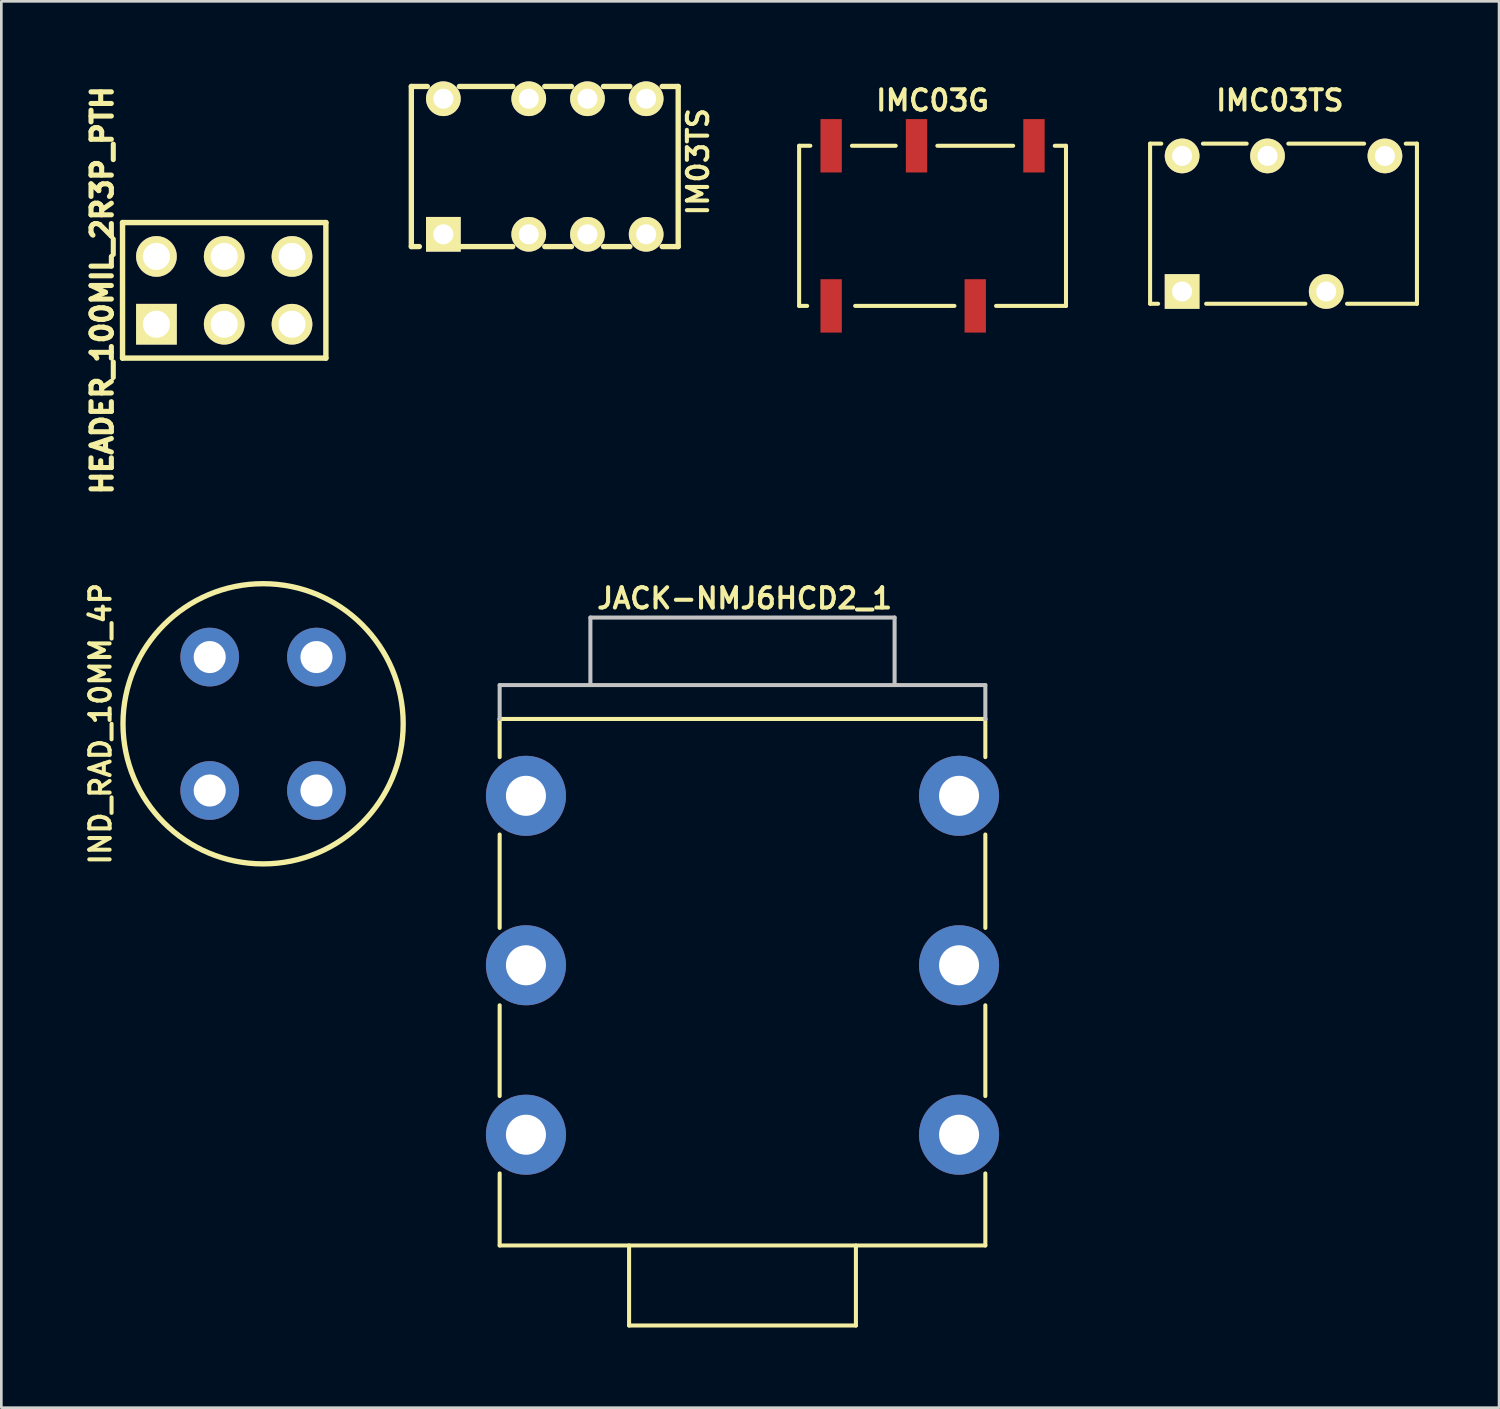
<source format=kicad_pcb>
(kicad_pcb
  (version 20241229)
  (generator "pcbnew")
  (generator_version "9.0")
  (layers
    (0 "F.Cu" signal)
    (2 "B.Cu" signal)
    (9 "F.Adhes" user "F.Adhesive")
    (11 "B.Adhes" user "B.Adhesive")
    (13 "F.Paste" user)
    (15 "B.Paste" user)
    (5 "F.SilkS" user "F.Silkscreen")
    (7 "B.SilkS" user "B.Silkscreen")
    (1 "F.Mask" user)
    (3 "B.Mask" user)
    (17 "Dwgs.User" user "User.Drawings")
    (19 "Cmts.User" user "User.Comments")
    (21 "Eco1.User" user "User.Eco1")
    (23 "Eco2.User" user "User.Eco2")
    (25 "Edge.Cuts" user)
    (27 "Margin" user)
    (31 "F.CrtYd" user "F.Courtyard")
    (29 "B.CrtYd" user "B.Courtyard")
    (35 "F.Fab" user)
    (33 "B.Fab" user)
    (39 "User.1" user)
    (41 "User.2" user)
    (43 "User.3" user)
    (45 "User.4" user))
  (footprint "JACK-NMJ6HCD2_1"
    (layer "F.Cu")
    (at 24.774 33.122)
    (property "Reference" "JACK-NMJ6HCD2_1" (at 0.08 -13.75 180) (layer "F.SilkS") (effects (font (size 0.762 0.762) (thickness 0.152))))
    (attr smd)
    (fp_line (start -9.1 -9.23) (end -9.1 -7.8) (stroke (width 0.152) (type solid)) (layer "F.SilkS"))
    (fp_line (start -9.1 -9.23) (end 9.1 -9.23) (stroke (width 0.152) (type solid)) (layer "F.SilkS"))
    (fp_line (start -9.1 -4.9) (end -9.1 -1.4) (stroke (width 0.152) (type solid)) (layer "F.SilkS"))
    (fp_line (start -9.1 1.5) (end -9.1 4.9) (stroke (width 0.152) (type solid)) (layer "F.SilkS"))
    (fp_line (start -9.1 7.8) (end -9.1 10.5) (stroke (width 0.152) (type solid)) (layer "F.SilkS"))
    (fp_line (start -9.1 10.5) (end 9.1 10.5) (stroke (width 0.152) (type solid)) (layer "F.SilkS"))
    (fp_line (start -4.25 13.5) (end -4.25 10.5) (stroke (width 0.152) (type solid)) (layer "F.SilkS"))
    (fp_line (start -4.25 13.5) (end 4.25 13.5) (stroke (width 0.152) (type solid)) (layer "F.SilkS"))
    (fp_line (start 4.25 13.5) (end 4.25 10.5) (stroke (width 0.152) (type solid)) (layer "F.SilkS"))
    (fp_line (start 9.1 -9.23) (end 9.1 -7.8) (stroke (width 0.152) (type solid)) (layer "F.SilkS"))
    (fp_line (start 9.1 -1.4) (end 9.1 -4.9) (stroke (width 0.152) (type solid)) (layer "F.SilkS"))
    (fp_line (start 9.1 4.9) (end 9.1 1.5) (stroke (width 0.152) (type solid)) (layer "F.SilkS"))
    (fp_line (start 9.1 10.5) (end 9.1 7.8) (stroke (width 0.152) (type solid)) (layer "F.SilkS"))
    (fp_line (start -9.1 -10.5) (end -9.1 -9.23) (stroke (width 0.152) (type solid)) (layer "Dwgs.User"))
    (fp_line (start -9.1 -10.5) (end 9.1 -10.5) (stroke (width 0.152) (type solid)) (layer "Dwgs.User"))
    (fp_line (start -5.7 -13.03) (end -5.7 -10.5) (stroke (width 0.152) (type solid)) (layer "Dwgs.User"))
    (fp_line (start -5.7 -13.03) (end 5.7 -13.03) (stroke (width 0.152) (type solid)) (layer "Dwgs.User"))
    (fp_line (start 5.7 -13.03) (end 5.7 -10.5) (stroke (width 0.152) (type solid)) (layer "Dwgs.User"))
    (fp_line (start 9.1 -10.5) (end 9.1 -9.23) (stroke (width 0.152) (type solid)) (layer "Dwgs.User"))
    (pad "1" thru_hole circle (at -8.115 6.35) (size 3 3) (drill 1.5) (layers "*.Cu" "*.Mask"))
    (pad "2" thru_hole circle (at 8.115 6.35) (size 3 3) (drill 1.5) (layers "*.Cu" "*.Mask"))
    (pad "3" thru_hole circle (at -8.115 0) (size 3 3) (drill 1.5) (layers "*.Cu" "*.Mask"))
    (pad "4" thru_hole circle (at 8.115 0) (size 3 3) (drill 1.5) (layers "*.Cu" "*.Mask"))
    (pad "5" thru_hole circle (at -8.115 -6.35) (size 3 3) (drill 1.5) (layers "*.Cu" "*.Mask"))
    (pad "6" thru_hole circle (at 8.115 -6.35) (size 3 3) (drill 1.5) (layers "*.Cu" "*.Mask")))
  (footprint "IMC03TS"
    (layer "F.Cu")
    (at 45.048 5.333)
    (property "Reference" "IMC03TS" (at -0.14 -4.62 180) (layer "F.SilkS") (effects (font (size 0.762 0.762) (thickness 0.152))))
    (attr through_hole)
    (fp_line (start -5 -3) (end -5 3) (stroke (width 0.152) (type solid)) (layer "F.SilkS"))
    (fp_line (start -5 -3) (end -4.58 -3) (stroke (width 0.152) (type solid)) (layer "F.SilkS"))
    (fp_line (start -5 3) (end -4.7 3) (stroke (width 0.152) (type solid)) (layer "F.SilkS"))
    (fp_line (start -2.9 3) (end 0.82 3) (stroke (width 0.152) (type solid)) (layer "F.SilkS"))
    (fp_line (start -1.38 -3) (end -3.02 -3) (stroke (width 0.152) (type solid)) (layer "F.SilkS"))
    (fp_line (start 2.38 3) (end 5 3) (stroke (width 0.152) (type solid)) (layer "F.SilkS"))
    (fp_line (start 3.02 -3) (end 0.18 -3) (stroke (width 0.152) (type solid)) (layer "F.SilkS"))
    (fp_line (start 5 -3) (end 4.58 -3) (stroke (width 0.152) (type solid)) (layer "F.SilkS"))
    (fp_line (start 5 -3) (end 5 3) (stroke (width 0.152) (type solid)) (layer "F.SilkS"))
    (pad "1" thru_hole rect (at -3.8 2.54) (size 1.3 1.3) (drill 0.75) (layers "*.Cu" "*.Mask" "F.SilkS"))
    (pad "3" thru_hole circle (at 1.6 2.54) (size 1.3 1.3) (drill 0.75) (layers "*.Cu" "*.Mask" "F.SilkS"))
    (pad "5" thru_hole circle (at 3.8 -2.54) (size 1.3 1.3) (drill 0.75) (layers "*.Cu" "*.Mask" "F.SilkS"))
    (pad "7" thru_hole circle (at -0.6 -2.54) (size 1.3 1.3) (drill 0.75) (layers "*.Cu" "*.Mask" "F.SilkS"))
    (pad "8" thru_hole circle (at -3.8 -2.54) (size 1.3 1.3) (drill 0.75) (layers "*.Cu" "*.Mask" "F.SilkS")))
  (footprint "IND_RAD_10MM_4P"
    (layer "F.Cu")
    (at 6.809 24.073)
    (property "Reference" "IND_RAD_10MM_4P" (at -6.096 0 90) (layer "F.SilkS") (effects (font (size 0.762 0.762) (thickness 0.152))))
    (attr smd)
    (fp_circle (center 0 0) (end 5.25 0) (stroke (width 0.2) (type solid)) (fill no) (layer "F.SilkS"))
    (pad "1" thru_hole circle (at -2 -2.5 180) (size 2.2 2.2) (drill 1.2) (layers "*.Cu" "*.Mask"))
    (pad "2" thru_hole circle (at -2 2.5 180) (size 2.2 2.2) (drill 1.2) (layers "*.Cu" "*.Mask"))
    (pad "3" thru_hole circle (at 2 2.5 180) (size 2.2 2.2) (drill 1.2) (layers "*.Cu" "*.Mask"))
    (pad "4" thru_hole circle (at 2 -2.5 180) (size 2.2 2.2) (drill 1.2) (layers "*.Cu" "*.Mask")))
  (footprint "HEADER_100MIL_2R3P_PTH"
    (layer "F.Cu")
    (at 5.352 7.83)
    (property "Reference" "HEADER_100MIL_2R3P_PTH" (at -4.572 0 90) (layer "F.SilkS") (effects (font (size 0.762 0.762) (thickness 0.191))))
    (attr through_hole)
    (fp_line (start -3.81 -2.54) (end 3.81 -2.54) (stroke (width 0.203) (type solid)) (layer "F.SilkS"))
    (fp_line (start -3.81 2.54) (end -3.81 -2.54) (stroke (width 0.203) (type solid)) (layer "F.SilkS"))
    (fp_line (start 3.81 -2.54) (end 3.81 2.54) (stroke (width 0.203) (type solid)) (layer "F.SilkS"))
    (fp_line (start 3.81 2.54) (end -3.81 2.54) (stroke (width 0.203) (type solid)) (layer "F.SilkS"))
    (pad "1" thru_hole rect (at -2.54 1.27) (size 1.524 1.524) (drill 1.016) (layers "*.Cu" "*.Mask" "F.SilkS"))
    (pad "2" thru_hole circle (at -2.54 -1.27) (size 1.524 1.524) (drill 1.016) (layers "*.Cu" "*.Mask" "F.SilkS"))
    (pad "3" thru_hole circle (at 0 1.27) (size 1.524 1.524) (drill 1.016) (layers "*.Cu" "*.Mask" "F.SilkS"))
    (pad "4" thru_hole circle (at 0 -1.27) (size 1.524 1.524) (drill 1.016) (layers "*.Cu" "*.Mask" "F.SilkS"))
    (pad "5" thru_hole circle (at 2.54 1.27) (size 1.524 1.524) (drill 1.016) (layers "*.Cu" "*.Mask" "F.SilkS"))
    (pad "6" thru_hole circle (at 2.54 -1.27) (size 1.524 1.524) (drill 1.016) (layers "*.Cu" "*.Mask" "F.SilkS")))
  (footprint "IM03TS"
    (layer "F.Cu")
    (at 17.364 3.19)
    (property "Reference" "IM03TS" (at 5.743 -0.178 90) (layer "F.SilkS") (effects (font (size 0.762 0.762) (thickness 0.152))))
    (attr through_hole)
    (fp_line (start -5 -3) (end -5 3) (stroke (width 0.2) (type solid)) (layer "F.SilkS"))
    (fp_line (start -5 -3) (end -4.4 -3) (stroke (width 0.2) (type solid)) (layer "F.SilkS"))
    (fp_line (start -5 3) (end -4.7 3) (stroke (width 0.2) (type solid)) (layer "F.SilkS"))
    (fp_line (start -1.2 -3) (end -3.2 -3) (stroke (width 0.2) (type solid)) (layer "F.SilkS"))
    (fp_line (start -1.2 3) (end -3.2 3) (stroke (width 0.2) (type solid)) (layer "F.SilkS"))
    (fp_line (start 0 -3) (end 1 -3) (stroke (width 0.2) (type solid)) (layer "F.SilkS"))
    (fp_line (start 0 3) (end 1 3) (stroke (width 0.2) (type solid)) (layer "F.SilkS"))
    (fp_line (start 3.19 -3) (end 2.2 -3) (stroke (width 0.2) (type solid)) (layer "F.SilkS"))
    (fp_line (start 3.19 3) (end 2.2 3) (stroke (width 0.2) (type solid)) (layer "F.SilkS"))
    (fp_line (start 5 -3) (end 4.4 -3) (stroke (width 0.2) (type solid)) (layer "F.SilkS"))
    (fp_line (start 5 -3) (end 5 3) (stroke (width 0.2) (type solid)) (layer "F.SilkS"))
    (fp_line (start 5 3) (end 4.4 3) (stroke (width 0.2) (type solid)) (layer "F.SilkS"))
    (pad "1" thru_hole rect (at -3.8 2.54) (size 1.3 1.3) (drill 0.75) (layers "*.Cu" "*.Mask" "F.SilkS"))
    (pad "2" thru_hole circle (at -0.6 2.54) (size 1.3 1.3) (drill 0.75) (layers "*.Cu" "*.Mask" "F.SilkS"))
    (pad "3" thru_hole circle (at 1.6 2.54) (size 1.3 1.3) (drill 0.75) (layers "*.Cu" "*.Mask" "F.SilkS"))
    (pad "4" thru_hole circle (at 3.8 2.54) (size 1.3 1.3) (drill 0.75) (layers "*.Cu" "*.Mask" "F.SilkS"))
    (pad "5" thru_hole circle (at 3.8 -2.54) (size 1.3 1.3) (drill 0.75) (layers "*.Cu" "*.Mask" "F.SilkS"))
    (pad "6" thru_hole circle (at 1.6 -2.54) (size 1.3 1.3) (drill 0.75) (layers "*.Cu" "*.Mask" "F.SilkS"))
    (pad "7" thru_hole circle (at -0.6 -2.54) (size 1.3 1.3) (drill 0.75) (layers "*.Cu" "*.Mask" "F.SilkS"))
    (pad "8" thru_hole circle (at -3.8 -2.54) (size 1.3 1.3) (drill 0.75) (layers "*.Cu" "*.Mask" "F.SilkS")))
  (footprint "IMC03G"
    (layer "F.Cu")
    (at 31.896 5.413)
    (property "Reference" "IMC03G" (at 0 -4.7 180) (layer "F.SilkS") (effects (font (size 0.762 0.762) (thickness 0.152))))
    (attr through_hole)
    (fp_line (start -5 -3) (end -5 3) (stroke (width 0.152) (type solid)) (layer "F.SilkS"))
    (fp_line (start -5 -3) (end -4.58 -3) (stroke (width 0.152) (type solid)) (layer "F.SilkS"))
    (fp_line (start -5 3) (end -4.7 3) (stroke (width 0.152) (type solid)) (layer "F.SilkS"))
    (fp_line (start -2.9 3) (end 0.82 3) (stroke (width 0.152) (type solid)) (layer "F.SilkS"))
    (fp_line (start -1.38 -3) (end -3.02 -3) (stroke (width 0.152) (type solid)) (layer "F.SilkS"))
    (fp_line (start 2.38 3) (end 5 3) (stroke (width 0.152) (type solid)) (layer "F.SilkS"))
    (fp_line (start 3.02 -3) (end 0.18 -3) (stroke (width 0.152) (type solid)) (layer "F.SilkS"))
    (fp_line (start 5 -3) (end 4.58 -3) (stroke (width 0.152) (type solid)) (layer "F.SilkS"))
    (fp_line (start 5 -3) (end 5 3) (stroke (width 0.152) (type solid)) (layer "F.SilkS"))
    (pad "1" smd rect (at -3.8 3) (size 0.8 2) (layers "F.Cu" "F.Mask" "F.Paste"))
    (pad "3" smd rect (at 1.6 3) (size 0.8 2) (layers "F.Cu" "F.Mask" "F.Paste"))
    (pad "5" smd rect (at 3.8 -3) (size 0.8 2) (layers "F.Cu" "F.Mask" "F.Paste"))
    (pad "7" smd rect (at -0.6 -3) (size 0.8 2) (layers "F.Cu" "F.Mask" "F.Paste"))
    (pad "8" smd rect (at -3.8 -3) (size 0.8 2) (layers "F.Cu" "F.Mask" "F.Paste")))
  (gr_rect
    (start -3 -3)
    (end 53.125 49.699)
    (stroke (width 0.1) (type default))
    (fill no)
    (layer "Edge.Cuts")))
</source>
